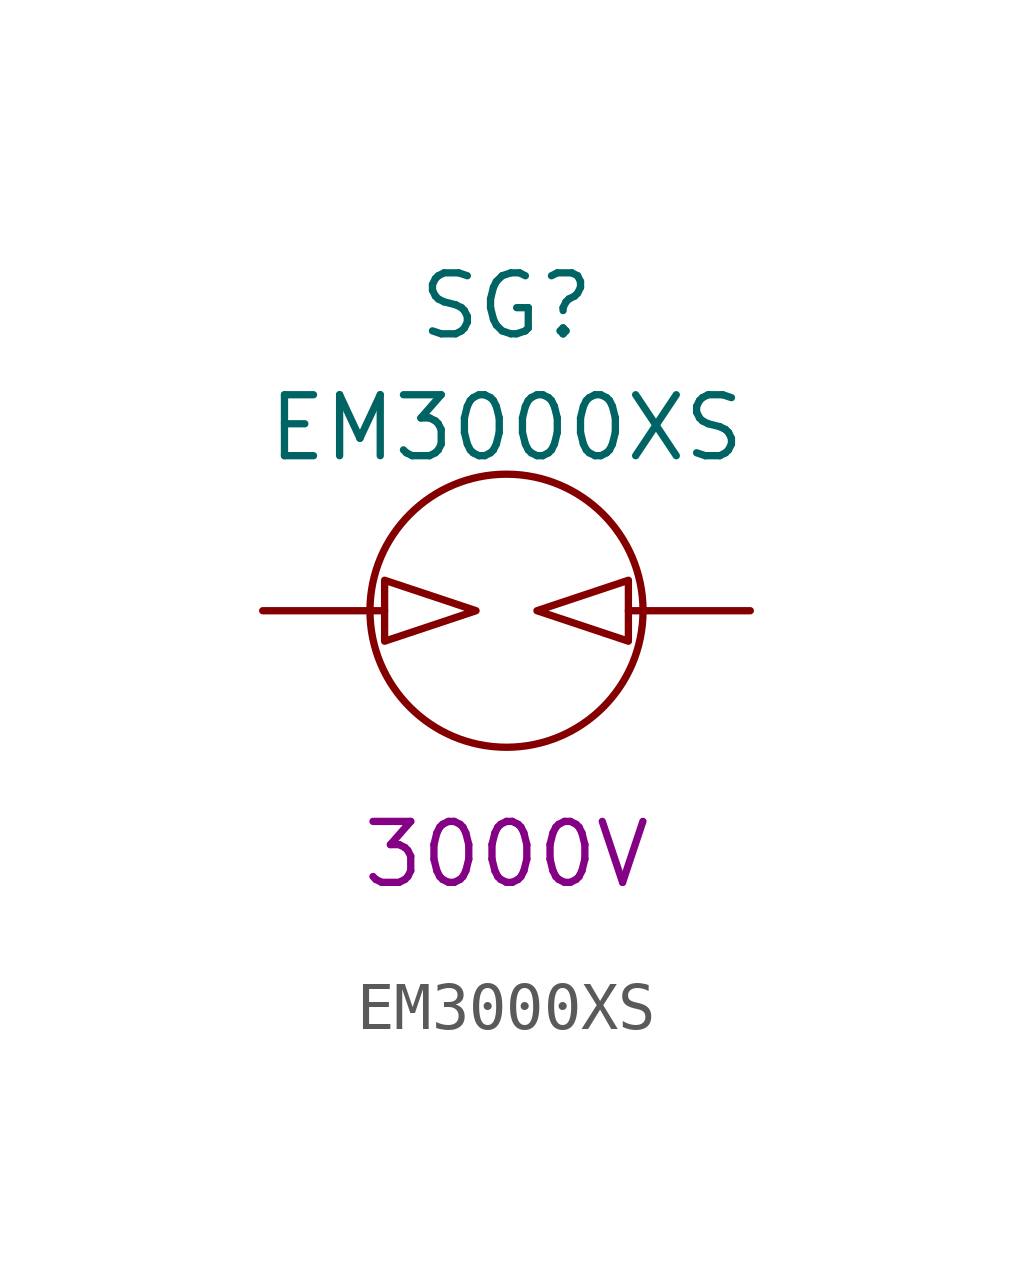
<source format=kicad_sym>
(kicad_symbol_lib
  (version 20211014)
  (generator kicad_symbol_editor)
  (symbol "EM3000XS"
    (pin_numbers hide)
    (pin_names
      (offset 0))
    (property "Reference" "SG"
      (at 0 6.35 0)
      (effects (font (size 1.27 1.27))))
    (property "Value" "EM3000XS"
      (at 0 3.81 0)
      (effects (font (size 1.27 1.27))))
    (property "DC Sparkover Voltage" "3000V"
      (at 0 -5.08 0)
      (effects (font (size 1.27 1.27))))
    (symbol "EM3000XS_0_1"
      (polyline (pts (xy -2.54 0.635) (xy -2.54 -0.635) (xy -0.635 0) (xy -2.54 0.635)) (stroke (width 0) (type default) (color 0 0 0 0)) (fill (type none)))
      (polyline (pts (xy 2.54 0.635) (xy 2.54 -0.635) (xy 0.635 0) (xy 2.54 0.635)) (stroke (width 0) (type default) (color 0 0 0 0)) (fill (type none)))
      (circle (center 0 0) (radius 2.845) (stroke (width 0) (type default) (color 0 0 0 0)) (fill (type none))))
    (symbol "EM3000XS_1_1"
      (pin passive line (at -5.08 0 0) (length 2.54) (name "~" (effects (font (size 1.27 1.27)))) (number "1" (effects (font (size 1.27 1.27)))))
      (pin passive line (at 5.08 0 180) (length 2.54) (name "~" (effects (font (size 1.27 1.27)))) (number "2" (effects (font (size 1.27 1.27))))))))
</source>
